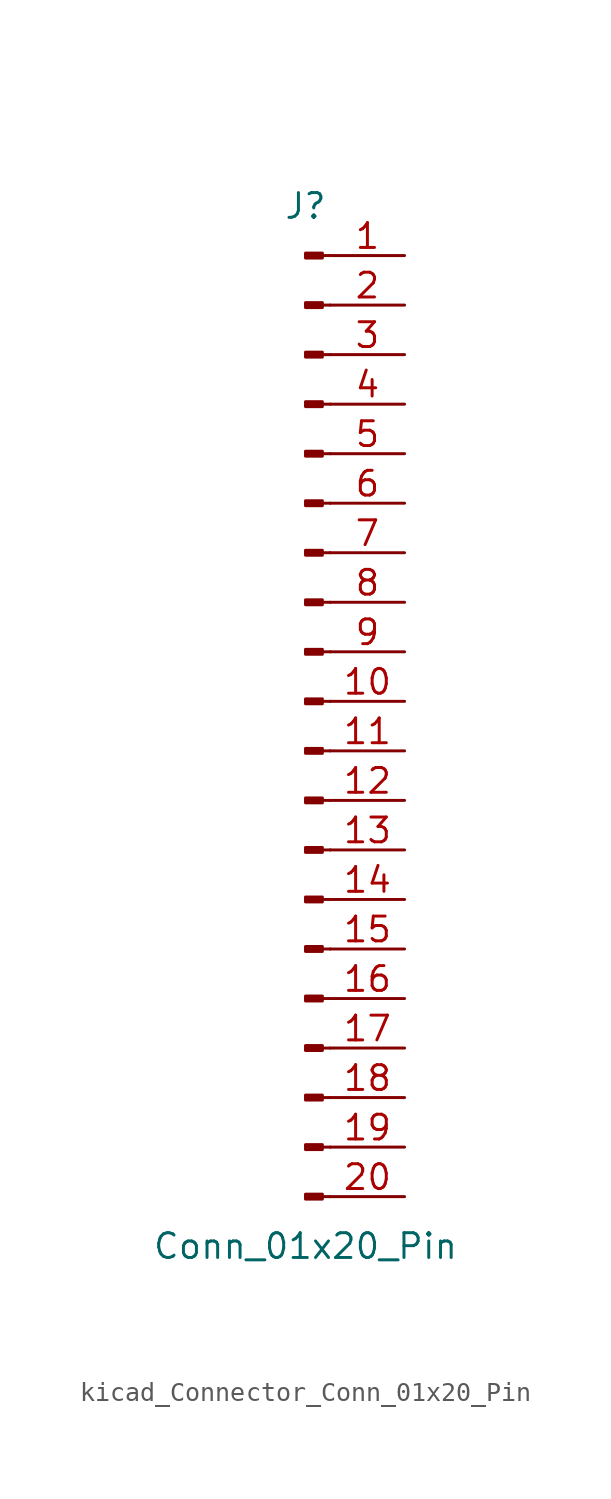
<source format=kicad_sym>
(kicad_symbol_lib
  (version 20220914)
  (generator kicad_symbol_editor)
  (symbol "kicad_Connector_Conn_01x20_Pin"
    (pin_names
      (offset 1.016) hide)
    (property "Reference" "J"
      (at 0 25.4 0)
      (effects (font (size 1.27 1.27))))
    (property "Value" "Conn_01x20_Pin"
      (at 0 -27.94 0)
      (effects (font (size 1.27 1.27))))
    (property "ki_locked" ""
      (at 0 0 0)
      (effects (font (size 1.27 1.27))))
    (symbol "kicad_Connector_Conn_01x20_Pin_1_1"
      (polyline (pts (xy 1.27 -25.4) (xy 0.864 -25.4)) (stroke (width 0.152) (type default)) (fill (type none)))
      (polyline (pts (xy 1.27 -22.86) (xy 0.864 -22.86)) (stroke (width 0.152) (type default)) (fill (type none)))
      (polyline (pts (xy 1.27 -20.32) (xy 0.864 -20.32)) (stroke (width 0.152) (type default)) (fill (type none)))
      (polyline (pts (xy 1.27 -17.78) (xy 0.864 -17.78)) (stroke (width 0.152) (type default)) (fill (type none)))
      (polyline (pts (xy 1.27 -15.24) (xy 0.864 -15.24)) (stroke (width 0.152) (type default)) (fill (type none)))
      (polyline (pts (xy 1.27 -12.7) (xy 0.864 -12.7)) (stroke (width 0.152) (type default)) (fill (type none)))
      (polyline (pts (xy 1.27 -10.16) (xy 0.864 -10.16)) (stroke (width 0.152) (type default)) (fill (type none)))
      (polyline (pts (xy 1.27 -7.62) (xy 0.864 -7.62)) (stroke (width 0.152) (type default)) (fill (type none)))
      (polyline (pts (xy 1.27 -5.08) (xy 0.864 -5.08)) (stroke (width 0.152) (type default)) (fill (type none)))
      (polyline (pts (xy 1.27 -2.54) (xy 0.864 -2.54)) (stroke (width 0.152) (type default)) (fill (type none)))
      (polyline (pts (xy 1.27 0) (xy 0.864 0)) (stroke (width 0.152) (type default)) (fill (type none)))
      (polyline (pts (xy 1.27 2.54) (xy 0.864 2.54)) (stroke (width 0.152) (type default)) (fill (type none)))
      (polyline (pts (xy 1.27 5.08) (xy 0.864 5.08)) (stroke (width 0.152) (type default)) (fill (type none)))
      (polyline (pts (xy 1.27 7.62) (xy 0.864 7.62)) (stroke (width 0.152) (type default)) (fill (type none)))
      (polyline (pts (xy 1.27 10.16) (xy 0.864 10.16)) (stroke (width 0.152) (type default)) (fill (type none)))
      (polyline (pts (xy 1.27 12.7) (xy 0.864 12.7)) (stroke (width 0.152) (type default)) (fill (type none)))
      (polyline (pts (xy 1.27 15.24) (xy 0.864 15.24)) (stroke (width 0.152) (type default)) (fill (type none)))
      (polyline (pts (xy 1.27 17.78) (xy 0.864 17.78)) (stroke (width 0.152) (type default)) (fill (type none)))
      (polyline (pts (xy 1.27 20.32) (xy 0.864 20.32)) (stroke (width 0.152) (type default)) (fill (type none)))
      (polyline (pts (xy 1.27 22.86) (xy 0.864 22.86)) (stroke (width 0.152) (type default)) (fill (type none)))
      (rectangle (start 0.864 -25.273) (end 0 -25.527) (stroke (width 0.152) (type default)) (fill (type outline)))
      (rectangle (start 0.864 -22.733) (end 0 -22.987) (stroke (width 0.152) (type default)) (fill (type outline)))
      (rectangle (start 0.864 -20.193) (end 0 -20.447) (stroke (width 0.152) (type default)) (fill (type outline)))
      (rectangle (start 0.864 -17.653) (end 0 -17.907) (stroke (width 0.152) (type default)) (fill (type outline)))
      (rectangle (start 0.864 -15.113) (end 0 -15.367) (stroke (width 0.152) (type default)) (fill (type outline)))
      (rectangle (start 0.864 -12.573) (end 0 -12.827) (stroke (width 0.152) (type default)) (fill (type outline)))
      (rectangle (start 0.864 -10.033) (end 0 -10.287) (stroke (width 0.152) (type default)) (fill (type outline)))
      (rectangle (start 0.864 -7.493) (end 0 -7.747) (stroke (width 0.152) (type default)) (fill (type outline)))
      (rectangle (start 0.864 -4.953) (end 0 -5.207) (stroke (width 0.152) (type default)) (fill (type outline)))
      (rectangle (start 0.864 -2.413) (end 0 -2.667) (stroke (width 0.152) (type default)) (fill (type outline)))
      (rectangle (start 0.864 0.127) (end 0 -0.127) (stroke (width 0.152) (type default)) (fill (type outline)))
      (rectangle (start 0.864 2.667) (end 0 2.413) (stroke (width 0.152) (type default)) (fill (type outline)))
      (rectangle (start 0.864 5.207) (end 0 4.953) (stroke (width 0.152) (type default)) (fill (type outline)))
      (rectangle (start 0.864 7.747) (end 0 7.493) (stroke (width 0.152) (type default)) (fill (type outline)))
      (rectangle (start 0.864 10.287) (end 0 10.033) (stroke (width 0.152) (type default)) (fill (type outline)))
      (rectangle (start 0.864 12.827) (end 0 12.573) (stroke (width 0.152) (type default)) (fill (type outline)))
      (rectangle (start 0.864 15.367) (end 0 15.113) (stroke (width 0.152) (type default)) (fill (type outline)))
      (rectangle (start 0.864 17.907) (end 0 17.653) (stroke (width 0.152) (type default)) (fill (type outline)))
      (rectangle (start 0.864 20.447) (end 0 20.193) (stroke (width 0.152) (type default)) (fill (type outline)))
      (rectangle (start 0.864 22.987) (end 0 22.733) (stroke (width 0.152) (type default)) (fill (type outline)))
      (pin passive line (at 5.08 22.86 180) (length 3.81) (name "Pin_1" (effects (font (size 1.27 1.27)))) (number "1" (effects (font (size 1.27 1.27)))))
      (pin passive line (at 5.08 0 180) (length 3.81) (name "Pin_10" (effects (font (size 1.27 1.27)))) (number "10" (effects (font (size 1.27 1.27)))))
      (pin passive line (at 5.08 -2.54 180) (length 3.81) (name "Pin_11" (effects (font (size 1.27 1.27)))) (number "11" (effects (font (size 1.27 1.27)))))
      (pin passive line (at 5.08 -5.08 180) (length 3.81) (name "Pin_12" (effects (font (size 1.27 1.27)))) (number "12" (effects (font (size 1.27 1.27)))))
      (pin passive line (at 5.08 -7.62 180) (length 3.81) (name "Pin_13" (effects (font (size 1.27 1.27)))) (number "13" (effects (font (size 1.27 1.27)))))
      (pin passive line (at 5.08 -10.16 180) (length 3.81) (name "Pin_14" (effects (font (size 1.27 1.27)))) (number "14" (effects (font (size 1.27 1.27)))))
      (pin passive line (at 5.08 -12.7 180) (length 3.81) (name "Pin_15" (effects (font (size 1.27 1.27)))) (number "15" (effects (font (size 1.27 1.27)))))
      (pin passive line (at 5.08 -15.24 180) (length 3.81) (name "Pin_16" (effects (font (size 1.27 1.27)))) (number "16" (effects (font (size 1.27 1.27)))))
      (pin passive line (at 5.08 -17.78 180) (length 3.81) (name "Pin_17" (effects (font (size 1.27 1.27)))) (number "17" (effects (font (size 1.27 1.27)))))
      (pin passive line (at 5.08 -20.32 180) (length 3.81) (name "Pin_18" (effects (font (size 1.27 1.27)))) (number "18" (effects (font (size 1.27 1.27)))))
      (pin passive line (at 5.08 -22.86 180) (length 3.81) (name "Pin_19" (effects (font (size 1.27 1.27)))) (number "19" (effects (font (size 1.27 1.27)))))
      (pin passive line (at 5.08 20.32 180) (length 3.81) (name "Pin_2" (effects (font (size 1.27 1.27)))) (number "2" (effects (font (size 1.27 1.27)))))
      (pin passive line (at 5.08 -25.4 180) (length 3.81) (name "Pin_20" (effects (font (size 1.27 1.27)))) (number "20" (effects (font (size 1.27 1.27)))))
      (pin passive line (at 5.08 17.78 180) (length 3.81) (name "Pin_3" (effects (font (size 1.27 1.27)))) (number "3" (effects (font (size 1.27 1.27)))))
      (pin passive line (at 5.08 15.24 180) (length 3.81) (name "Pin_4" (effects (font (size 1.27 1.27)))) (number "4" (effects (font (size 1.27 1.27)))))
      (pin passive line (at 5.08 12.7 180) (length 3.81) (name "Pin_5" (effects (font (size 1.27 1.27)))) (number "5" (effects (font (size 1.27 1.27)))))
      (pin passive line (at 5.08 10.16 180) (length 3.81) (name "Pin_6" (effects (font (size 1.27 1.27)))) (number "6" (effects (font (size 1.27 1.27)))))
      (pin passive line (at 5.08 7.62 180) (length 3.81) (name "Pin_7" (effects (font (size 1.27 1.27)))) (number "7" (effects (font (size 1.27 1.27)))))
      (pin passive line (at 5.08 5.08 180) (length 3.81) (name "Pin_8" (effects (font (size 1.27 1.27)))) (number "8" (effects (font (size 1.27 1.27)))))
      (pin passive line (at 5.08 2.54 180) (length 3.81) (name "Pin_9" (effects (font (size 1.27 1.27)))) (number "9" (effects (font (size 1.27 1.27))))))))
</source>
